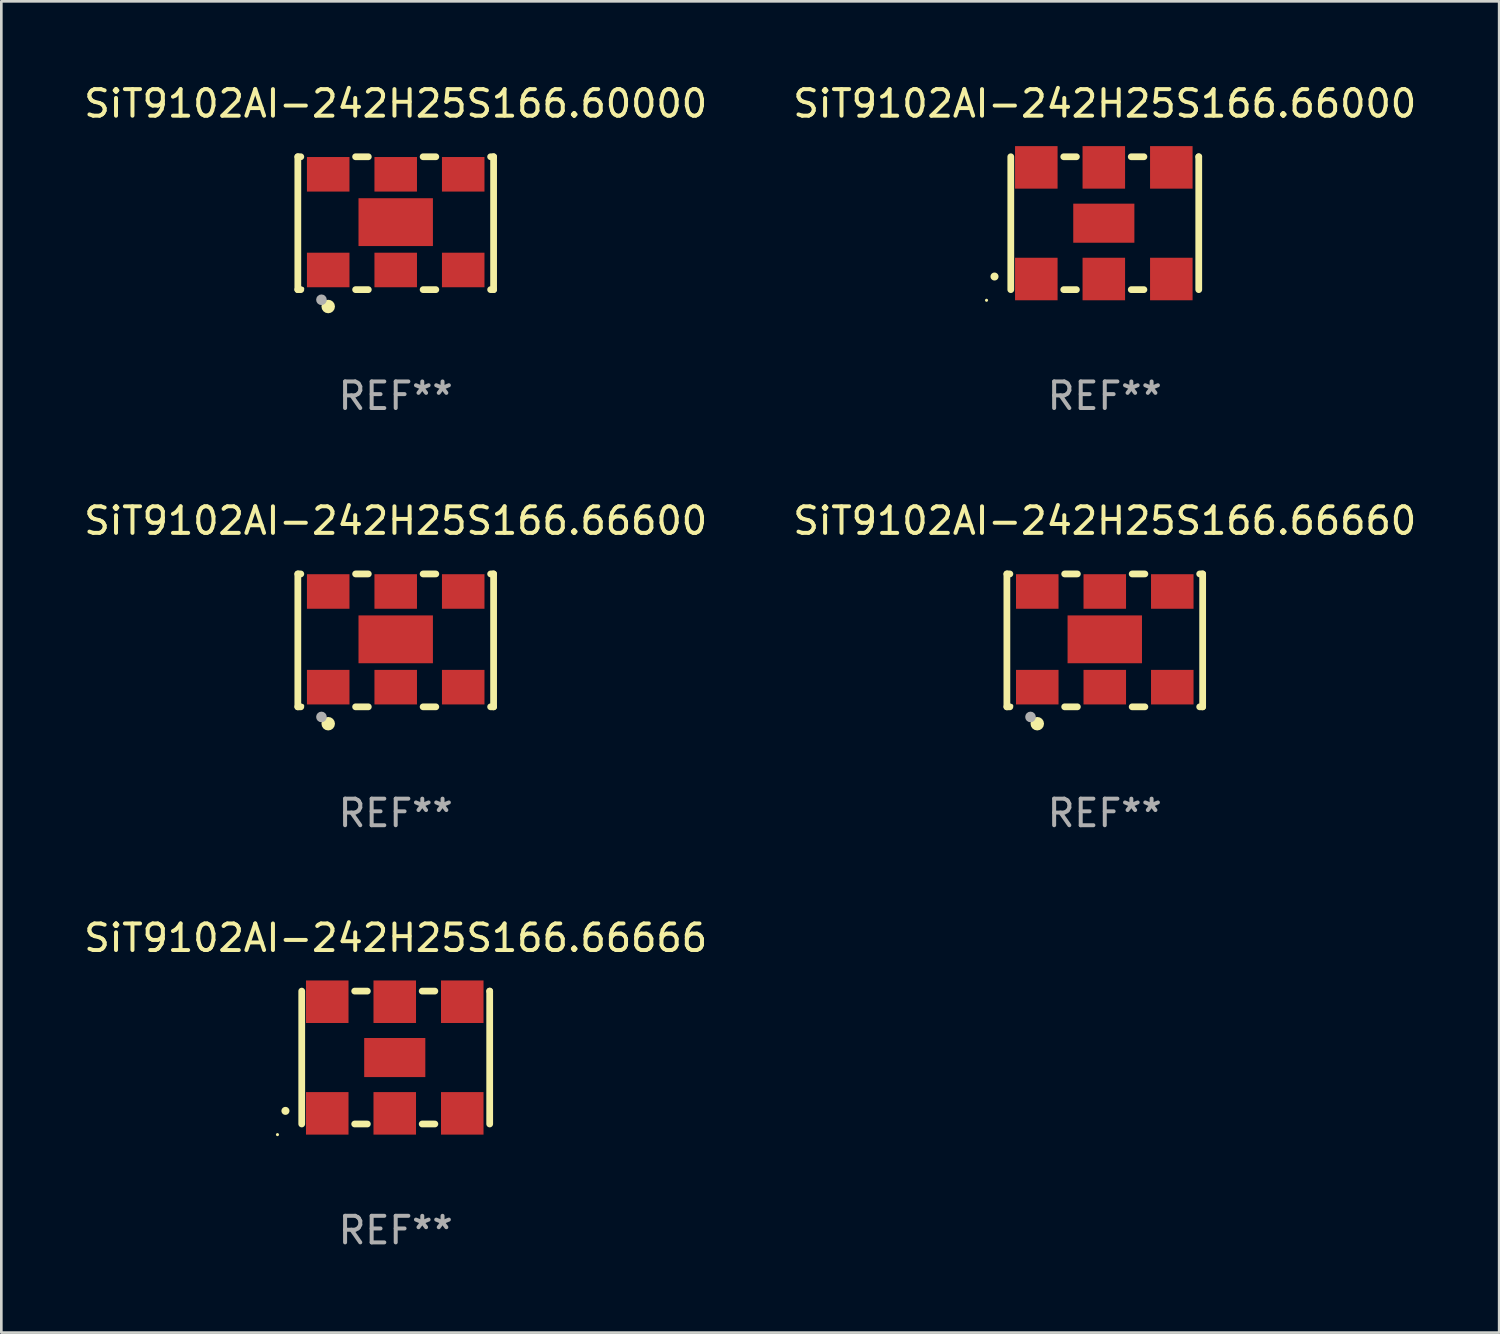
<source format=kicad_pcb>
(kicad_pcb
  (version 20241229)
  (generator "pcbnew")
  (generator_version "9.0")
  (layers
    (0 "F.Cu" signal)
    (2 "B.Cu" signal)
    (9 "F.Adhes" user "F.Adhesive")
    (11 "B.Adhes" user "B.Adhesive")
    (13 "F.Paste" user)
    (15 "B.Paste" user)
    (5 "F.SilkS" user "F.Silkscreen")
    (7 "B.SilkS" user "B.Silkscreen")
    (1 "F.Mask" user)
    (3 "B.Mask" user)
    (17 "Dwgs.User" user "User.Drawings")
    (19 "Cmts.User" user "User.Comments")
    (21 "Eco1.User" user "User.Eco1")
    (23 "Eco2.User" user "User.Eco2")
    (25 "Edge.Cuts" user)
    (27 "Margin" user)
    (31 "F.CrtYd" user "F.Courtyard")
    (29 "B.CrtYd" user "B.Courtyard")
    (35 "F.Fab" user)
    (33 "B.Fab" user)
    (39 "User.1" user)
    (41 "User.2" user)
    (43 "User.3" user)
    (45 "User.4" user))
  (footprint "SiT9102AI-242H25S166.66000"
    (layer "F.Cu")
    (at 38.518 5.348)
    (property "Reference" "SiT9102AI-242H25S166.66000" (at 0 -4.5 0) (layer "F.SilkS") (effects (font (size 1 1) (thickness 0.15))))
    (attr through_hole)
    (fp_line (start -3.536 -2.5) (end -3.536 2.5) (stroke (width 0.254) (type solid)) (layer "F.SilkS"))
    (fp_line (start -1.544 2.5) (end -1.067 2.5) (stroke (width 0.254) (type solid)) (layer "F.SilkS"))
    (fp_line (start -1.067 -2.5) (end -1.544 -2.5) (stroke (width 0.254) (type solid)) (layer "F.SilkS"))
    (fp_line (start 0.996 2.5) (end 1.473 2.5) (stroke (width 0.254) (type solid)) (layer "F.SilkS"))
    (fp_line (start 1.473 -2.5) (end 0.996 -2.5) (stroke (width 0.254) (type solid)) (layer "F.SilkS"))
    (fp_line (start 3.536 -2.5) (end 3.536 -2.5) (stroke (width 0.254) (type solid)) (layer "F.SilkS"))
    (fp_line (start 3.536 2.5) (end 3.536 -2.5) (stroke (width 0.254) (type solid)) (layer "F.SilkS"))
    (fp_arc (start -4.150432 2.006604) (mid -4.149162 2.006599) (end -4.147892 2.006604) (stroke (width 0.3) (type solid)) (layer "F.SilkS"))
    (fp_circle (center -4.449 2.9) (end -4.419 2.9) (stroke (width 0.06) (type solid)) (fill no) (layer "F.SilkS"))
    (fp_text user "REF**" (at 0 6.5 0) (layer "F.Fab") (effects (font (size 1 1) (thickness 0.15))))
    (pad "1" smd rect (at -2.576 2.1) (size 1.6 1.6) (layers "F.Cu" "F.Mask" "F.Paste"))
    (pad "2" smd rect (at -0.036 2.1) (size 1.6 1.6) (layers "F.Cu" "F.Mask" "F.Paste"))
    (pad "3" smd rect (at 2.504 2.1) (size 1.6 1.6) (layers "F.Cu" "F.Mask" "F.Paste"))
    (pad "4" smd rect (at 2.504 -2.1) (size 1.6 1.6) (layers "F.Cu" "F.Mask" "F.Paste"))
    (pad "5" smd rect (at -0.036 -2.1) (size 1.6 1.6) (layers "F.Cu" "F.Mask" "F.Paste"))
    (pad "6" smd rect (at -2.576 -2.1) (size 1.6 1.6) (layers "F.Cu" "F.Mask" "F.Paste"))
    (pad "7" smd rect (at -0.036 0) (size 2.3 1.47) (layers "F.Cu" "F.Mask" "F.Paste")))
  (footprint "SiT9102AI-242H25S166.66666"
    (layer "F.Cu")
    (at 11.839 36.741)
    (property "Reference" "SiT9102AI-242H25S166.66666" (at 0 -4.5 0) (layer "F.SilkS") (effects (font (size 1 1) (thickness 0.15))))
    (attr through_hole)
    (fp_line (start -3.536 -2.5) (end -3.536 2.5) (stroke (width 0.254) (type solid)) (layer "F.SilkS"))
    (fp_line (start -1.544 2.5) (end -1.067 2.5) (stroke (width 0.254) (type solid)) (layer "F.SilkS"))
    (fp_line (start -1.067 -2.5) (end -1.544 -2.5) (stroke (width 0.254) (type solid)) (layer "F.SilkS"))
    (fp_line (start 0.996 2.5) (end 1.473 2.5) (stroke (width 0.254) (type solid)) (layer "F.SilkS"))
    (fp_line (start 1.473 -2.5) (end 0.996 -2.5) (stroke (width 0.254) (type solid)) (layer "F.SilkS"))
    (fp_line (start 3.536 -2.5) (end 3.536 -2.5) (stroke (width 0.254) (type solid)) (layer "F.SilkS"))
    (fp_line (start 3.536 2.5) (end 3.536 -2.5) (stroke (width 0.254) (type solid)) (layer "F.SilkS"))
    (fp_arc (start -4.150432 2.006604) (mid -4.149162 2.006599) (end -4.147892 2.006604) (stroke (width 0.3) (type solid)) (layer "F.SilkS"))
    (fp_circle (center -4.449 2.9) (end -4.419 2.9) (stroke (width 0.06) (type solid)) (fill no) (layer "F.SilkS"))
    (fp_text user "REF**" (at 0 6.5 0) (layer "F.Fab") (effects (font (size 1 1) (thickness 0.15))))
    (pad "1" smd rect (at -2.576 2.1) (size 1.6 1.6) (layers "F.Cu" "F.Mask" "F.Paste"))
    (pad "2" smd rect (at -0.036 2.1) (size 1.6 1.6) (layers "F.Cu" "F.Mask" "F.Paste"))
    (pad "3" smd rect (at 2.504 2.1) (size 1.6 1.6) (layers "F.Cu" "F.Mask" "F.Paste"))
    (pad "4" smd rect (at 2.504 -2.1) (size 1.6 1.6) (layers "F.Cu" "F.Mask" "F.Paste"))
    (pad "5" smd rect (at -0.036 -2.1) (size 1.6 1.6) (layers "F.Cu" "F.Mask" "F.Paste"))
    (pad "6" smd rect (at -2.576 -2.1) (size 1.6 1.6) (layers "F.Cu" "F.Mask" "F.Paste"))
    (pad "7" smd rect (at -0.036 0) (size 2.3 1.47) (layers "F.Cu" "F.Mask" "F.Paste")))
  (footprint "SiT9102AI-242H25S166.66660"
    (layer "F.Cu")
    (at 38.518 21.045)
    (property "Reference" "SiT9102AI-242H25S166.66660" (at 0 -4.5 0) (layer "F.SilkS") (effects (font (size 1 1) (thickness 0.15))))
    (attr through_hole)
    (fp_line (start -3.683 -2.5) (end -3.571 -2.5) (stroke (width 0.254) (type solid)) (layer "F.SilkS"))
    (fp_line (start -3.683 2.5) (end -3.683 -2.5) (stroke (width 0.254) (type solid)) (layer "F.SilkS"))
    (fp_line (start -3.683 2.5) (end -3.571 2.5) (stroke (width 0.254) (type solid)) (layer "F.SilkS"))
    (fp_line (start -1.509 -2.5) (end -1.031 -2.5) (stroke (width 0.254) (type solid)) (layer "F.SilkS"))
    (fp_line (start -1.509 2.5) (end -1.031 2.5) (stroke (width 0.254) (type solid)) (layer "F.SilkS"))
    (fp_line (start 1.031 -2.5) (end 1.509 -2.5) (stroke (width 0.254) (type solid)) (layer "F.SilkS"))
    (fp_line (start 1.031 2.5) (end 1.509 2.5) (stroke (width 0.254) (type solid)) (layer "F.SilkS"))
    (fp_line (start 3.571 -2.5) (end 3.683 -2.5) (stroke (width 0.254) (type solid)) (layer "F.SilkS"))
    (fp_line (start 3.571 2.5) (end 3.683 2.5) (stroke (width 0.254) (type solid)) (layer "F.SilkS"))
    (fp_line (start 3.683 2.5) (end 3.683 -2.5) (stroke (width 0.254) (type solid)) (layer "F.SilkS"))
    (fp_circle (center -3.5 2.46) (end -3.47 2.46) (stroke (width 0.06) (type solid)) (fill no) (layer "F.SilkS"))
    (fp_circle (center -2.54 3.135) (end -2.413 3.135) (stroke (width 0.254) (type solid)) (fill no) (layer "F.SilkS"))
    (fp_circle (center -2.794 2.881) (end -2.694 2.881) (stroke (width 0.2) (type solid)) (fill no) (layer "F.Fab"))
    (fp_text user "REF**" (at 0 6.5 0) (layer "F.Fab") (effects (font (size 1 1) (thickness 0.15))))
    (pad "1" smd rect (at -2.54 1.76) (size 1.6 1.3) (layers "F.Cu" "F.Mask" "F.Paste"))
    (pad "2" smd rect (at 0 1.76) (size 1.6 1.3) (layers "F.Cu" "F.Mask" "F.Paste"))
    (pad "3" smd rect (at 2.54 1.76) (size 1.6 1.3) (layers "F.Cu" "F.Mask" "F.Paste"))
    (pad "4" smd rect (at 2.54 -1.84) (size 1.6 1.3) (layers "F.Cu" "F.Mask" "F.Paste"))
    (pad "5" smd rect (at 0 -1.84) (size 1.6 1.3) (layers "F.Cu" "F.Mask" "F.Paste"))
    (pad "6" smd rect (at -2.54 -1.84) (size 1.6 1.3) (layers "F.Cu" "F.Mask" "F.Paste"))
    (pad "7" smd rect (at 0 -0.04) (size 2.8 1.8) (layers "F.Cu" "F.Mask" "F.Paste")))
  (footprint "SiT9102AI-242H25S166.66600"
    (layer "F.Cu")
    (at 11.839 21.045)
    (property "Reference" "SiT9102AI-242H25S166.66600" (at 0 -4.5 0) (layer "F.SilkS") (effects (font (size 1 1) (thickness 0.15))))
    (attr through_hole)
    (fp_line (start -3.683 -2.5) (end -3.571 -2.5) (stroke (width 0.254) (type solid)) (layer "F.SilkS"))
    (fp_line (start -3.683 2.5) (end -3.683 -2.5) (stroke (width 0.254) (type solid)) (layer "F.SilkS"))
    (fp_line (start -3.683 2.5) (end -3.571 2.5) (stroke (width 0.254) (type solid)) (layer "F.SilkS"))
    (fp_line (start -1.509 -2.5) (end -1.031 -2.5) (stroke (width 0.254) (type solid)) (layer "F.SilkS"))
    (fp_line (start -1.509 2.5) (end -1.031 2.5) (stroke (width 0.254) (type solid)) (layer "F.SilkS"))
    (fp_line (start 1.031 -2.5) (end 1.509 -2.5) (stroke (width 0.254) (type solid)) (layer "F.SilkS"))
    (fp_line (start 1.031 2.5) (end 1.509 2.5) (stroke (width 0.254) (type solid)) (layer "F.SilkS"))
    (fp_line (start 3.571 -2.5) (end 3.683 -2.5) (stroke (width 0.254) (type solid)) (layer "F.SilkS"))
    (fp_line (start 3.571 2.5) (end 3.683 2.5) (stroke (width 0.254) (type solid)) (layer "F.SilkS"))
    (fp_line (start 3.683 2.5) (end 3.683 -2.5) (stroke (width 0.254) (type solid)) (layer "F.SilkS"))
    (fp_circle (center -3.5 2.46) (end -3.47 2.46) (stroke (width 0.06) (type solid)) (fill no) (layer "F.SilkS"))
    (fp_circle (center -2.54 3.135) (end -2.413 3.135) (stroke (width 0.254) (type solid)) (fill no) (layer "F.SilkS"))
    (fp_circle (center -2.794 2.881) (end -2.694 2.881) (stroke (width 0.2) (type solid)) (fill no) (layer "F.Fab"))
    (fp_text user "REF**" (at 0 6.5 0) (layer "F.Fab") (effects (font (size 1 1) (thickness 0.15))))
    (pad "1" smd rect (at -2.54 1.76) (size 1.6 1.3) (layers "F.Cu" "F.Mask" "F.Paste"))
    (pad "2" smd rect (at 0 1.76) (size 1.6 1.3) (layers "F.Cu" "F.Mask" "F.Paste"))
    (pad "3" smd rect (at 2.54 1.76) (size 1.6 1.3) (layers "F.Cu" "F.Mask" "F.Paste"))
    (pad "4" smd rect (at 2.54 -1.84) (size 1.6 1.3) (layers "F.Cu" "F.Mask" "F.Paste"))
    (pad "5" smd rect (at 0 -1.84) (size 1.6 1.3) (layers "F.Cu" "F.Mask" "F.Paste"))
    (pad "6" smd rect (at -2.54 -1.84) (size 1.6 1.3) (layers "F.Cu" "F.Mask" "F.Paste"))
    (pad "7" smd rect (at 0 -0.04) (size 2.8 1.8) (layers "F.Cu" "F.Mask" "F.Paste")))
  (footprint "SiT9102AI-242H25S166.60000"
    (layer "F.Cu")
    (at 11.839 5.348)
    (property "Reference" "SiT9102AI-242H25S166.60000" (at 0 -4.5 0) (layer "F.SilkS") (effects (font (size 1 1) (thickness 0.15))))
    (attr through_hole)
    (fp_line (start -3.683 -2.5) (end -3.571 -2.5) (stroke (width 0.254) (type solid)) (layer "F.SilkS"))
    (fp_line (start -3.683 2.5) (end -3.683 -2.5) (stroke (width 0.254) (type solid)) (layer "F.SilkS"))
    (fp_line (start -3.683 2.5) (end -3.571 2.5) (stroke (width 0.254) (type solid)) (layer "F.SilkS"))
    (fp_line (start -1.509 -2.5) (end -1.031 -2.5) (stroke (width 0.254) (type solid)) (layer "F.SilkS"))
    (fp_line (start -1.509 2.5) (end -1.031 2.5) (stroke (width 0.254) (type solid)) (layer "F.SilkS"))
    (fp_line (start 1.031 -2.5) (end 1.509 -2.5) (stroke (width 0.254) (type solid)) (layer "F.SilkS"))
    (fp_line (start 1.031 2.5) (end 1.509 2.5) (stroke (width 0.254) (type solid)) (layer "F.SilkS"))
    (fp_line (start 3.571 -2.5) (end 3.683 -2.5) (stroke (width 0.254) (type solid)) (layer "F.SilkS"))
    (fp_line (start 3.571 2.5) (end 3.683 2.5) (stroke (width 0.254) (type solid)) (layer "F.SilkS"))
    (fp_line (start 3.683 2.5) (end 3.683 -2.5) (stroke (width 0.254) (type solid)) (layer "F.SilkS"))
    (fp_circle (center -3.5 2.46) (end -3.47 2.46) (stroke (width 0.06) (type solid)) (fill no) (layer "F.SilkS"))
    (fp_circle (center -2.54 3.135) (end -2.413 3.135) (stroke (width 0.254) (type solid)) (fill no) (layer "F.SilkS"))
    (fp_circle (center -2.794 2.881) (end -2.694 2.881) (stroke (width 0.2) (type solid)) (fill no) (layer "F.Fab"))
    (fp_text user "REF**" (at 0 6.5 0) (layer "F.Fab") (effects (font (size 1 1) (thickness 0.15))))
    (pad "1" smd rect (at -2.54 1.76) (size 1.6 1.3) (layers "F.Cu" "F.Mask" "F.Paste"))
    (pad "2" smd rect (at 0 1.76) (size 1.6 1.3) (layers "F.Cu" "F.Mask" "F.Paste"))
    (pad "3" smd rect (at 2.54 1.76) (size 1.6 1.3) (layers "F.Cu" "F.Mask" "F.Paste"))
    (pad "4" smd rect (at 2.54 -1.84) (size 1.6 1.3) (layers "F.Cu" "F.Mask" "F.Paste"))
    (pad "5" smd rect (at 0 -1.84) (size 1.6 1.3) (layers "F.Cu" "F.Mask" "F.Paste"))
    (pad "6" smd rect (at -2.54 -1.84) (size 1.6 1.3) (layers "F.Cu" "F.Mask" "F.Paste"))
    (pad "7" smd rect (at 0 -0.04) (size 2.8 1.8) (layers "F.Cu" "F.Mask" "F.Paste")))
  (gr_rect
    (start -3 -3)
    (end 53.357 47.09)
    (stroke (width 0.1) (type default))
    (fill no)
    (layer "Edge.Cuts")))
</source>
